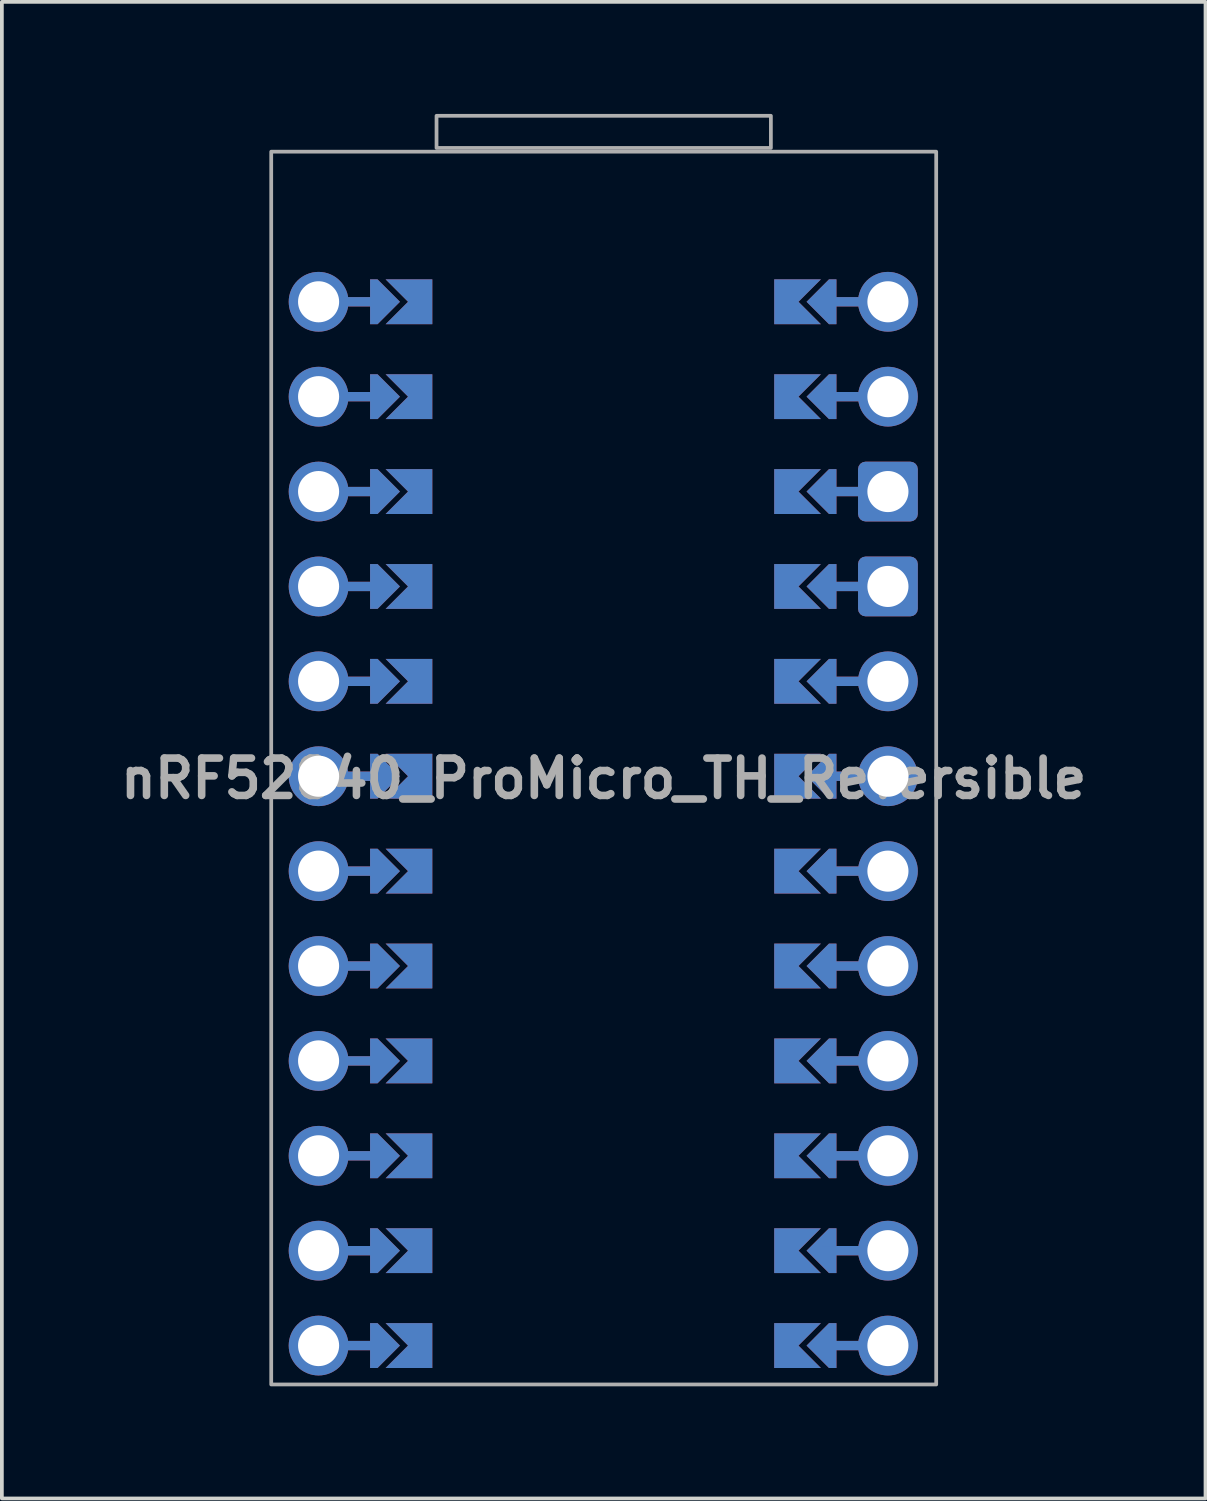
<source format=kicad_pcb>
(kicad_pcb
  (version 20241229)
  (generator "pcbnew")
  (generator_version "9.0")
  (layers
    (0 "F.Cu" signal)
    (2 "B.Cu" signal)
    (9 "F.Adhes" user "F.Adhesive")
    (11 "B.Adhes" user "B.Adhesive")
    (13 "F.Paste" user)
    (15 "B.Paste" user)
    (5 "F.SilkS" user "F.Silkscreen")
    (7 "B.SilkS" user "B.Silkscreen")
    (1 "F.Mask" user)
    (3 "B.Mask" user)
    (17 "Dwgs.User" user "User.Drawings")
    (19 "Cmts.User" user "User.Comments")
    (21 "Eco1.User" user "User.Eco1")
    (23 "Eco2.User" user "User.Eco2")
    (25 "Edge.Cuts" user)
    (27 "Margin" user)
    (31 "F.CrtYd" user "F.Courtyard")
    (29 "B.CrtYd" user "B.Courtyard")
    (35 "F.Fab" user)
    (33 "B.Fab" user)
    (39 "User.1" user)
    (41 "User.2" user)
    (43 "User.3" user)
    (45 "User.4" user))
  (footprint "nRF52840_ProMicro_TH_Reversible"
    (layer "F.Cu")
    (at 13.11 17.51)
    (property "Reference" "nRF52840_ProMicro_TH_Reversible" (at 0 0.28 0) (layer "F.Fab") (effects (font (size 1 1) (thickness 0.203))))
    (attr through_hole)
    (fp_poly (pts (xy -5.092 -11.974) (xy -5.092 -12.99) (xy -6.108 -12.99) (xy -6.108 -11.974)) (stroke (width 0.1) (type solid)) (fill yes) (layer "F.Mask"))
    (fp_poly (pts (xy -5.092 -9.434) (xy -5.092 -10.45) (xy -6.108 -10.45) (xy -6.108 -9.434)) (stroke (width 0.1) (type solid)) (fill yes) (layer "F.Mask"))
    (fp_poly (pts (xy -5.092 -6.894) (xy -5.092 -7.91) (xy -6.108 -7.91) (xy -6.108 -6.894)) (stroke (width 0.1) (type solid)) (fill yes) (layer "F.Mask"))
    (fp_poly (pts (xy -5.092 -4.354) (xy -5.092 -5.37) (xy -6.108 -5.37) (xy -6.108 -4.354)) (stroke (width 0.1) (type solid)) (fill yes) (layer "F.Mask"))
    (fp_poly (pts (xy -5.092 -1.814) (xy -5.092 -2.83) (xy -6.108 -2.83) (xy -6.108 -1.814)) (stroke (width 0.1) (type solid)) (fill yes) (layer "F.Mask"))
    (fp_poly (pts (xy -5.092 0.726) (xy -5.092 -0.29) (xy -6.108 -0.29) (xy -6.108 0.726)) (stroke (width 0.1) (type solid)) (fill yes) (layer "F.Mask"))
    (fp_poly (pts (xy -5.092 3.266) (xy -5.092 2.25) (xy -6.108 2.25) (xy -6.108 3.266)) (stroke (width 0.1) (type solid)) (fill yes) (layer "F.Mask"))
    (fp_poly (pts (xy -5.092 5.806) (xy -5.092 4.79) (xy -6.108 4.79) (xy -6.108 5.806)) (stroke (width 0.1) (type solid)) (fill yes) (layer "F.Mask"))
    (fp_poly (pts (xy -5.092 8.346) (xy -5.092 7.33) (xy -6.108 7.33) (xy -6.108 8.346)) (stroke (width 0.1) (type solid)) (fill yes) (layer "F.Mask"))
    (fp_poly (pts (xy -5.092 10.886) (xy -5.092 9.87) (xy -6.108 9.87) (xy -6.108 10.886)) (stroke (width 0.1) (type solid)) (fill yes) (layer "F.Mask"))
    (fp_poly (pts (xy -5.092 13.426) (xy -5.092 12.41) (xy -6.108 12.41) (xy -6.108 13.426)) (stroke (width 0.1) (type solid)) (fill yes) (layer "F.Mask"))
    (fp_poly (pts (xy -5.092 15.966) (xy -5.092 14.95) (xy -6.108 14.95) (xy -6.108 15.966)) (stroke (width 0.1) (type solid)) (fill yes) (layer "F.Mask"))
    (fp_poly (pts (xy 5.068 -12.99) (xy 5.068 -11.974) (xy 6.084 -11.974) (xy 6.084 -12.99)) (stroke (width 0.1) (type solid)) (fill yes) (layer "F.Mask"))
    (fp_poly (pts (xy 5.068 -10.45) (xy 5.068 -9.434) (xy 6.084 -9.434) (xy 6.084 -10.45)) (stroke (width 0.1) (type solid)) (fill yes) (layer "F.Mask"))
    (fp_poly (pts (xy 5.068 -7.91) (xy 5.068 -6.894) (xy 6.084 -6.894) (xy 6.084 -7.91)) (stroke (width 0.1) (type solid)) (fill yes) (layer "F.Mask"))
    (fp_poly (pts (xy 5.068 -5.37) (xy 5.068 -4.354) (xy 6.084 -4.354) (xy 6.084 -5.37)) (stroke (width 0.1) (type solid)) (fill yes) (layer "F.Mask"))
    (fp_poly (pts (xy 5.068 -2.83) (xy 5.068 -1.814) (xy 6.084 -1.814) (xy 6.084 -2.83)) (stroke (width 0.1) (type solid)) (fill yes) (layer "F.Mask"))
    (fp_poly (pts (xy 5.068 -0.29) (xy 5.068 0.726) (xy 6.084 0.726) (xy 6.084 -0.29)) (stroke (width 0.1) (type solid)) (fill yes) (layer "F.Mask"))
    (fp_poly (pts (xy 5.068 2.25) (xy 5.068 3.266) (xy 6.084 3.266) (xy 6.084 2.25)) (stroke (width 0.1) (type solid)) (fill yes) (layer "F.Mask"))
    (fp_poly (pts (xy 5.068 4.79) (xy 5.068 5.806) (xy 6.084 5.806) (xy 6.084 4.79)) (stroke (width 0.1) (type solid)) (fill yes) (layer "F.Mask"))
    (fp_poly (pts (xy 5.068 7.33) (xy 5.068 8.346) (xy 6.084 8.346) (xy 6.084 7.33)) (stroke (width 0.1) (type solid)) (fill yes) (layer "F.Mask"))
    (fp_poly (pts (xy 5.068 9.87) (xy 5.068 10.886) (xy 6.084 10.886) (xy 6.084 9.87)) (stroke (width 0.1) (type solid)) (fill yes) (layer "F.Mask"))
    (fp_poly (pts (xy 5.068 12.41) (xy 5.068 13.426) (xy 6.084 13.426) (xy 6.084 12.41)) (stroke (width 0.1) (type solid)) (fill yes) (layer "F.Mask"))
    (fp_poly (pts (xy 5.068 14.95) (xy 5.068 15.966) (xy 6.084 15.966) (xy 6.084 14.95)) (stroke (width 0.1) (type solid)) (fill yes) (layer "F.Mask"))
    (fp_poly (pts (xy -5.092 -11.974) (xy -5.092 -12.99) (xy -6.108 -12.99) (xy -6.108 -11.974)) (stroke (width 0.1) (type solid)) (fill yes) (layer "B.Mask"))
    (fp_poly (pts (xy -5.092 -9.434) (xy -5.092 -10.45) (xy -6.108 -10.45) (xy -6.108 -9.434)) (stroke (width 0.1) (type solid)) (fill yes) (layer "B.Mask"))
    (fp_poly (pts (xy -5.092 -6.894) (xy -5.092 -7.91) (xy -6.108 -7.91) (xy -6.108 -6.894)) (stroke (width 0.1) (type solid)) (fill yes) (layer "B.Mask"))
    (fp_poly (pts (xy -5.092 -4.354) (xy -5.092 -5.37) (xy -6.108 -5.37) (xy -6.108 -4.354)) (stroke (width 0.1) (type solid)) (fill yes) (layer "B.Mask"))
    (fp_poly (pts (xy -5.092 -1.814) (xy -5.092 -2.83) (xy -6.108 -2.83) (xy -6.108 -1.814)) (stroke (width 0.1) (type solid)) (fill yes) (layer "B.Mask"))
    (fp_poly (pts (xy -5.092 0.726) (xy -5.092 -0.29) (xy -6.108 -0.29) (xy -6.108 0.726)) (stroke (width 0.1) (type solid)) (fill yes) (layer "B.Mask"))
    (fp_poly (pts (xy -5.092 3.266) (xy -5.092 2.25) (xy -6.108 2.25) (xy -6.108 3.266)) (stroke (width 0.1) (type solid)) (fill yes) (layer "B.Mask"))
    (fp_poly (pts (xy -5.092 5.806) (xy -5.092 4.79) (xy -6.108 4.79) (xy -6.108 5.806)) (stroke (width 0.1) (type solid)) (fill yes) (layer "B.Mask"))
    (fp_poly (pts (xy -5.092 8.346) (xy -5.092 7.33) (xy -6.108 7.33) (xy -6.108 8.346)) (stroke (width 0.1) (type solid)) (fill yes) (layer "B.Mask"))
    (fp_poly (pts (xy -5.092 10.886) (xy -5.092 9.87) (xy -6.108 9.87) (xy -6.108 10.886)) (stroke (width 0.1) (type solid)) (fill yes) (layer "B.Mask"))
    (fp_poly (pts (xy -5.092 13.426) (xy -5.092 12.41) (xy -6.108 12.41) (xy -6.108 13.426)) (stroke (width 0.1) (type solid)) (fill yes) (layer "B.Mask"))
    (fp_poly (pts (xy -5.092 15.966) (xy -5.092 14.95) (xy -6.108 14.95) (xy -6.108 15.966)) (stroke (width 0.1) (type solid)) (fill yes) (layer "B.Mask"))
    (fp_poly (pts (xy 5.068 -12.99) (xy 5.068 -11.974) (xy 6.084 -11.974) (xy 6.084 -12.99)) (stroke (width 0.1) (type solid)) (fill yes) (layer "B.Mask"))
    (fp_poly (pts (xy 5.068 -10.45) (xy 5.068 -9.434) (xy 6.084 -9.434) (xy 6.084 -10.45)) (stroke (width 0.1) (type solid)) (fill yes) (layer "B.Mask"))
    (fp_poly (pts (xy 5.068 -7.91) (xy 5.068 -6.894) (xy 6.084 -6.894) (xy 6.084 -7.91)) (stroke (width 0.1) (type solid)) (fill yes) (layer "B.Mask"))
    (fp_poly (pts (xy 5.068 -5.37) (xy 5.068 -4.354) (xy 6.084 -4.354) (xy 6.084 -5.37)) (stroke (width 0.1) (type solid)) (fill yes) (layer "B.Mask"))
    (fp_poly (pts (xy 5.068 -2.83) (xy 5.068 -1.814) (xy 6.084 -1.814) (xy 6.084 -2.83)) (stroke (width 0.1) (type solid)) (fill yes) (layer "B.Mask"))
    (fp_poly (pts (xy 5.068 -0.29) (xy 5.068 0.726) (xy 6.084 0.726) (xy 6.084 -0.29)) (stroke (width 0.1) (type solid)) (fill yes) (layer "B.Mask"))
    (fp_poly (pts (xy 5.068 2.25) (xy 5.068 3.266) (xy 6.084 3.266) (xy 6.084 2.25)) (stroke (width 0.1) (type solid)) (fill yes) (layer "B.Mask"))
    (fp_poly (pts (xy 5.068 4.79) (xy 5.068 5.806) (xy 6.084 5.806) (xy 6.084 4.79)) (stroke (width 0.1) (type solid)) (fill yes) (layer "B.Mask"))
    (fp_poly (pts (xy 5.068 7.33) (xy 5.068 8.346) (xy 6.084 8.346) (xy 6.084 7.33)) (stroke (width 0.1) (type solid)) (fill yes) (layer "B.Mask"))
    (fp_poly (pts (xy 5.068 9.87) (xy 5.068 10.886) (xy 6.084 10.886) (xy 6.084 9.87)) (stroke (width 0.1) (type solid)) (fill yes) (layer "B.Mask"))
    (fp_poly (pts (xy 5.068 12.41) (xy 5.068 13.426) (xy 6.084 13.426) (xy 6.084 12.41)) (stroke (width 0.1) (type solid)) (fill yes) (layer "B.Mask"))
    (fp_poly (pts (xy 5.068 14.95) (xy 5.068 15.966) (xy 6.084 15.966) (xy 6.084 14.95)) (stroke (width 0.1) (type solid)) (fill yes) (layer "B.Mask"))
    (fp_rect (start -4.475 -16.6) (end 4.475 -17.46) (stroke (width 0.1) (type solid)) (fill no) (layer "F.Fab"))
    (fp_rect (start 8.9 -16.5) (end -8.9 16.5) (stroke (width 0.1) (type solid)) (fill no) (layer "F.Fab"))
    (pad "" thru_hole circle (at -7.632 -12.482 90) (size 1.6 1.6) (drill 1.1) (layers "*.Cu" "*.Mask"))
    (pad "" thru_hole circle (at -7.632 -9.942 90) (size 1.6 1.6) (drill 1.1) (layers "*.Cu" "*.Mask"))
    (pad "" thru_hole circle (at -7.632 -7.402 90) (size 1.6 1.6) (drill 1.1) (layers "*.Cu" "*.Mask"))
    (pad "" thru_hole circle (at -7.632 -4.862 90) (size 1.6 1.6) (drill 1.1) (layers "*.Cu" "*.Mask"))
    (pad "" thru_hole circle (at -7.632 -2.322 90) (size 1.6 1.6) (drill 1.1) (layers "*.Cu" "*.Mask"))
    (pad "" thru_hole circle (at -7.632 0.218 90) (size 1.6 1.6) (drill 1.1) (layers "*.Cu" "*.Mask"))
    (pad "" thru_hole circle (at -7.632 2.758 90) (size 1.6 1.6) (drill 1.1) (layers "*.Cu" "*.Mask"))
    (pad "" thru_hole circle (at -7.632 5.298 90) (size 1.6 1.6) (drill 1.1) (layers "*.Cu" "*.Mask"))
    (pad "" thru_hole circle (at -7.632 7.838 90) (size 1.6 1.6) (drill 1.1) (layers "*.Cu" "*.Mask"))
    (pad "" thru_hole circle (at -7.632 10.378 90) (size 1.6 1.6) (drill 1.1) (layers "*.Cu" "*.Mask"))
    (pad "" thru_hole circle (at -7.632 12.918 90) (size 1.6 1.6) (drill 1.1) (layers "*.Cu" "*.Mask"))
    (pad "" thru_hole circle (at -7.632 15.458 90) (size 1.6 1.6) (drill 1.1) (layers "*.Cu" "*.Mask"))
    (pad "" smd custom (at -6.362 -12.482 90) (size 0.25 1) (layers "F.Cu") (options (anchor rect)) (primitives))
    (pad "" smd custom (at -6.362 -12.482 90) (size 0.25 1) (layers "B.Cu") (options (anchor rect)) (primitives))
    (pad "" smd custom (at -6.362 -9.942 90) (size 0.25 1) (layers "F.Cu") (options (anchor rect)) (primitives))
    (pad "" smd custom (at -6.362 -9.942 90) (size 0.25 1) (layers "B.Cu") (options (anchor rect)) (primitives))
    (pad "" smd custom (at -6.362 -7.402 90) (size 0.25 1) (layers "F.Cu") (options (anchor rect)) (primitives))
    (pad "" smd custom (at -6.362 -7.402 90) (size 0.25 1) (layers "B.Cu") (options (anchor rect)) (primitives))
    (pad "" smd custom (at -6.362 -4.862 90) (size 0.25 1) (layers "F.Cu") (options (anchor rect)) (primitives))
    (pad "" smd custom (at -6.362 -4.862 90) (size 0.25 1) (layers "B.Cu") (options (anchor rect)) (primitives))
    (pad "" smd custom (at -6.362 -2.322 90) (size 0.25 1) (layers "F.Cu") (options (anchor rect)) (primitives))
    (pad "" smd custom (at -6.362 -2.322 90) (size 0.25 1) (layers "B.Cu") (options (anchor rect)) (primitives))
    (pad "" smd custom (at -6.362 0.218 90) (size 0.25 1) (layers "F.Cu") (options (anchor rect)) (primitives))
    (pad "" smd custom (at -6.362 0.218 90) (size 0.25 1) (layers "B.Cu") (options (anchor rect)) (primitives))
    (pad "" smd custom (at -6.362 2.758 90) (size 0.25 1) (layers "F.Cu") (options (anchor rect)) (primitives))
    (pad "" smd custom (at -6.362 2.758 90) (size 0.25 1) (layers "B.Cu") (options (anchor rect)) (primitives))
    (pad "" smd custom (at -6.362 5.298 90) (size 0.25 1) (layers "F.Cu") (options (anchor rect)) (primitives))
    (pad "" smd custom (at -6.362 5.298 90) (size 0.25 1) (layers "B.Cu") (options (anchor rect)) (primitives))
    (pad "" smd custom (at -6.362 7.838 90) (size 0.25 1) (layers "F.Cu") (options (anchor rect)) (primitives))
    (pad "" smd custom (at -6.362 7.838 90) (size 0.25 1) (layers "B.Cu") (options (anchor rect)) (primitives))
    (pad "" smd custom (at -6.362 10.378 90) (size 0.25 1) (layers "F.Cu") (options (anchor rect)) (primitives))
    (pad "" smd custom (at -6.362 10.378 90) (size 0.25 1) (layers "B.Cu") (options (anchor rect)) (primitives))
    (pad "" smd custom (at -6.362 12.918 90) (size 0.25 1) (layers "F.Cu") (options (anchor rect)) (primitives))
    (pad "" smd custom (at -6.362 12.918 90) (size 0.25 1) (layers "B.Cu") (options (anchor rect)) (primitives))
    (pad "" smd custom (at -6.362 15.458 90) (size 0.25 1) (layers "F.Cu") (options (anchor rect)) (primitives))
    (pad "" smd custom (at -6.362 15.458 90) (size 0.25 1) (layers "B.Cu") (options (anchor rect)) (primitives))
    (pad "" smd custom (at -5.854 -12.482 90) (size 0.1 0.1) (layers "F.Cu" "F.Mask") (options (anchor rect)) (primitives (gr_poly (pts (xy 0.6 -0.2) (xy 0 0.4) (xy -0.6 -0.2) (xy -0.6 -0.4) (xy 0.6 -0.4)) (width 0) (fill yes))))
    (pad "" smd custom (at -5.854 -12.482 90) (size 0.1 0.1) (layers "B.Cu" "B.Mask") (options (anchor rect)) (primitives (gr_poly (pts (xy 0.6 -0.2) (xy 0 0.4) (xy -0.6 -0.2) (xy -0.6 -0.4) (xy 0.6 -0.4)) (width 0) (fill yes))))
    (pad "" smd custom (at -5.854 -9.942 90) (size 0.1 0.1) (layers "F.Cu" "F.Mask") (options (anchor rect)) (primitives (gr_poly (pts (xy 0.6 -0.2) (xy 0 0.4) (xy -0.6 -0.2) (xy -0.6 -0.4) (xy 0.6 -0.4)) (width 0) (fill yes))))
    (pad "" smd custom (at -5.854 -9.942 90) (size 0.1 0.1) (layers "B.Cu" "B.Mask") (options (anchor rect)) (primitives (gr_poly (pts (xy 0.6 -0.2) (xy 0 0.4) (xy -0.6 -0.2) (xy -0.6 -0.4) (xy 0.6 -0.4)) (width 0) (fill yes))))
    (pad "" smd custom (at -5.854 -7.402 90) (size 0.1 0.1) (layers "F.Cu" "F.Mask") (options (anchor rect)) (primitives (gr_poly (pts (xy 0.6 -0.2) (xy 0 0.4) (xy -0.6 -0.2) (xy -0.6 -0.4) (xy 0.6 -0.4)) (width 0) (fill yes))))
    (pad "" smd custom (at -5.854 -7.402 90) (size 0.1 0.1) (layers "B.Cu" "B.Mask") (options (anchor rect)) (primitives (gr_poly (pts (xy 0.6 -0.2) (xy 0 0.4) (xy -0.6 -0.2) (xy -0.6 -0.4) (xy 0.6 -0.4)) (width 0) (fill yes))))
    (pad "" smd custom (at -5.854 -4.862 90) (size 0.1 0.1) (layers "F.Cu" "F.Mask") (options (anchor rect)) (primitives (gr_poly (pts (xy 0.6 -0.2) (xy 0 0.4) (xy -0.6 -0.2) (xy -0.6 -0.4) (xy 0.6 -0.4)) (width 0) (fill yes))))
    (pad "" smd custom (at -5.854 -4.862 90) (size 0.1 0.1) (layers "B.Cu" "B.Mask") (options (anchor rect)) (primitives (gr_poly (pts (xy 0.6 -0.2) (xy 0 0.4) (xy -0.6 -0.2) (xy -0.6 -0.4) (xy 0.6 -0.4)) (width 0) (fill yes))))
    (pad "" smd custom (at -5.854 -2.322 90) (size 0.1 0.1) (layers "F.Cu" "F.Mask") (options (anchor rect)) (primitives (gr_poly (pts (xy 0.6 -0.2) (xy 0 0.4) (xy -0.6 -0.2) (xy -0.6 -0.4) (xy 0.6 -0.4)) (width 0) (fill yes))))
    (pad "" smd custom (at -5.854 -2.322 90) (size 0.1 0.1) (layers "B.Cu" "B.Mask") (options (anchor rect)) (primitives (gr_poly (pts (xy 0.6 -0.2) (xy 0 0.4) (xy -0.6 -0.2) (xy -0.6 -0.4) (xy 0.6 -0.4)) (width 0) (fill yes))))
    (pad "" smd custom (at -5.854 0.218 90) (size 0.1 0.1) (layers "F.Cu" "F.Mask") (options (anchor rect)) (primitives (gr_poly (pts (xy 0.6 -0.2) (xy 0 0.4) (xy -0.6 -0.2) (xy -0.6 -0.4) (xy 0.6 -0.4)) (width 0) (fill yes))))
    (pad "" smd custom (at -5.854 0.218 90) (size 0.1 0.1) (layers "B.Cu" "B.Mask") (options (anchor rect)) (primitives (gr_poly (pts (xy 0.6 -0.2) (xy 0 0.4) (xy -0.6 -0.2) (xy -0.6 -0.4) (xy 0.6 -0.4)) (width 0) (fill yes))))
    (pad "" smd custom (at -5.854 2.758 90) (size 0.1 0.1) (layers "F.Cu" "F.Mask") (options (anchor rect)) (primitives (gr_poly (pts (xy 0.6 -0.2) (xy 0 0.4) (xy -0.6 -0.2) (xy -0.6 -0.4) (xy 0.6 -0.4)) (width 0) (fill yes))))
    (pad "" smd custom (at -5.854 2.758 90) (size 0.1 0.1) (layers "B.Cu" "B.Mask") (options (anchor rect)) (primitives (gr_poly (pts (xy 0.6 -0.2) (xy 0 0.4) (xy -0.6 -0.2) (xy -0.6 -0.4) (xy 0.6 -0.4)) (width 0) (fill yes))))
    (pad "" smd custom (at -5.854 5.298 90) (size 0.1 0.1) (layers "F.Cu" "F.Mask") (options (anchor rect)) (primitives (gr_poly (pts (xy 0.6 -0.2) (xy 0 0.4) (xy -0.6 -0.2) (xy -0.6 -0.4) (xy 0.6 -0.4)) (width 0) (fill yes))))
    (pad "" smd custom (at -5.854 5.298 90) (size 0.1 0.1) (layers "B.Cu" "B.Mask") (options (anchor rect)) (primitives (gr_poly (pts (xy 0.6 -0.2) (xy 0 0.4) (xy -0.6 -0.2) (xy -0.6 -0.4) (xy 0.6 -0.4)) (width 0) (fill yes))))
    (pad "" smd custom (at -5.854 7.838 90) (size 0.1 0.1) (layers "F.Cu" "F.Mask") (options (anchor rect)) (primitives (gr_poly (pts (xy 0.6 -0.2) (xy 0 0.4) (xy -0.6 -0.2) (xy -0.6 -0.4) (xy 0.6 -0.4)) (width 0) (fill yes))))
    (pad "" smd custom (at -5.854 7.838 90) (size 0.1 0.1) (layers "B.Cu" "B.Mask") (options (anchor rect)) (primitives (gr_poly (pts (xy 0.6 -0.2) (xy 0 0.4) (xy -0.6 -0.2) (xy -0.6 -0.4) (xy 0.6 -0.4)) (width 0) (fill yes))))
    (pad "" smd custom (at -5.854 10.378 90) (size 0.1 0.1) (layers "F.Cu" "F.Mask") (options (anchor rect)) (primitives (gr_poly (pts (xy 0.6 -0.2) (xy 0 0.4) (xy -0.6 -0.2) (xy -0.6 -0.4) (xy 0.6 -0.4)) (width 0) (fill yes))))
    (pad "" smd custom (at -5.854 10.378 90) (size 0.1 0.1) (layers "B.Cu" "B.Mask") (options (anchor rect)) (primitives (gr_poly (pts (xy 0.6 -0.2) (xy 0 0.4) (xy -0.6 -0.2) (xy -0.6 -0.4) (xy 0.6 -0.4)) (width 0) (fill yes))))
    (pad "" smd custom (at -5.854 12.918 90) (size 0.1 0.1) (layers "F.Cu" "F.Mask") (options (anchor rect)) (primitives (gr_poly (pts (xy 0.6 -0.2) (xy 0 0.4) (xy -0.6 -0.2) (xy -0.6 -0.4) (xy 0.6 -0.4)) (width 0) (fill yes))))
    (pad "" smd custom (at -5.854 12.918 90) (size 0.1 0.1) (layers "B.Cu" "B.Mask") (options (anchor rect)) (primitives (gr_poly (pts (xy 0.6 -0.2) (xy 0 0.4) (xy -0.6 -0.2) (xy -0.6 -0.4) (xy 0.6 -0.4)) (width 0) (fill yes))))
    (pad "" smd custom (at -5.854 15.458 90) (size 0.1 0.1) (layers "F.Cu" "F.Mask") (options (anchor rect)) (primitives (gr_poly (pts (xy 0.6 -0.2) (xy 0 0.4) (xy -0.6 -0.2) (xy -0.6 -0.4) (xy 0.6 -0.4)) (width 0) (fill yes))))
    (pad "" smd custom (at -5.854 15.458 90) (size 0.1 0.1) (layers "B.Cu" "B.Mask") (options (anchor rect)) (primitives (gr_poly (pts (xy 0.6 -0.2) (xy 0 0.4) (xy -0.6 -0.2) (xy -0.6 -0.4) (xy 0.6 -0.4)) (width 0) (fill yes))))
    (pad "" smd custom (at 5.83 -12.482 270) (size 0.1 0.1) (layers "F.Cu" "F.Mask") (options (anchor rect)) (primitives (gr_poly (pts (xy 0.6 -0.2) (xy 0 0.4) (xy -0.6 -0.2) (xy -0.6 -0.4) (xy 0.6 -0.4)) (width 0) (fill yes))))
    (pad "" smd custom (at 5.83 -12.482 270) (size 0.1 0.1) (layers "B.Cu" "B.Mask") (options (anchor rect)) (primitives (gr_poly (pts (xy 0.6 -0.2) (xy 0 0.4) (xy -0.6 -0.2) (xy -0.6 -0.4) (xy 0.6 -0.4)) (width 0) (fill yes))))
    (pad "" smd custom (at 5.83 -9.942 270) (size 0.1 0.1) (layers "F.Cu" "F.Mask") (options (anchor rect)) (primitives (gr_poly (pts (xy 0.6 -0.2) (xy 0 0.4) (xy -0.6 -0.2) (xy -0.6 -0.4) (xy 0.6 -0.4)) (width 0) (fill yes))))
    (pad "" smd custom (at 5.83 -9.942 270) (size 0.1 0.1) (layers "B.Cu" "B.Mask") (options (anchor rect)) (primitives (gr_poly (pts (xy 0.6 -0.2) (xy 0 0.4) (xy -0.6 -0.2) (xy -0.6 -0.4) (xy 0.6 -0.4)) (width 0) (fill yes))))
    (pad "" smd custom (at 5.83 -7.402 270) (size 0.1 0.1) (layers "F.Cu" "F.Mask") (options (anchor rect)) (primitives (gr_poly (pts (xy 0.6 -0.2) (xy 0 0.4) (xy -0.6 -0.2) (xy -0.6 -0.4) (xy 0.6 -0.4)) (width 0) (fill yes))))
    (pad "" smd custom (at 5.83 -7.402 270) (size 0.1 0.1) (layers "B.Cu" "B.Mask") (options (anchor rect)) (primitives (gr_poly (pts (xy 0.6 -0.2) (xy 0 0.4) (xy -0.6 -0.2) (xy -0.6 -0.4) (xy 0.6 -0.4)) (width 0) (fill yes))))
    (pad "" smd custom (at 5.83 -4.862 270) (size 0.1 0.1) (layers "F.Cu" "F.Mask") (options (anchor rect)) (primitives (gr_poly (pts (xy 0.6 -0.2) (xy 0 0.4) (xy -0.6 -0.2) (xy -0.6 -0.4) (xy 0.6 -0.4)) (width 0) (fill yes))))
    (pad "" smd custom (at 5.83 -4.862 270) (size 0.1 0.1) (layers "B.Cu" "B.Mask") (options (anchor rect)) (primitives (gr_poly (pts (xy 0.6 -0.2) (xy 0 0.4) (xy -0.6 -0.2) (xy -0.6 -0.4) (xy 0.6 -0.4)) (width 0) (fill yes))))
    (pad "" smd custom (at 5.83 -2.322 270) (size 0.1 0.1) (layers "F.Cu" "F.Mask") (options (anchor rect)) (primitives (gr_poly (pts (xy 0.6 -0.2) (xy 0 0.4) (xy -0.6 -0.2) (xy -0.6 -0.4) (xy 0.6 -0.4)) (width 0) (fill yes))))
    (pad "" smd custom (at 5.83 -2.322 270) (size 0.1 0.1) (layers "B.Cu" "B.Mask") (options (anchor rect)) (primitives (gr_poly (pts (xy 0.6 -0.2) (xy 0 0.4) (xy -0.6 -0.2) (xy -0.6 -0.4) (xy 0.6 -0.4)) (width 0) (fill yes))))
    (pad "" smd custom (at 5.83 0.218 270) (size 0.1 0.1) (layers "F.Cu" "F.Mask") (options (anchor rect)) (primitives (gr_poly (pts (xy 0.6 -0.2) (xy 0 0.4) (xy -0.6 -0.2) (xy -0.6 -0.4) (xy 0.6 -0.4)) (width 0) (fill yes))))
    (pad "" smd custom (at 5.83 0.218 270) (size 0.1 0.1) (layers "B.Cu" "B.Mask") (options (anchor rect)) (primitives (gr_poly (pts (xy 0.6 -0.2) (xy 0 0.4) (xy -0.6 -0.2) (xy -0.6 -0.4) (xy 0.6 -0.4)) (width 0) (fill yes))))
    (pad "" smd custom (at 5.83 2.758 270) (size 0.1 0.1) (layers "F.Cu" "F.Mask") (options (anchor rect)) (primitives (gr_poly (pts (xy 0.6 -0.2) (xy 0 0.4) (xy -0.6 -0.2) (xy -0.6 -0.4) (xy 0.6 -0.4)) (width 0) (fill yes))))
    (pad "" smd custom (at 5.83 2.758 270) (size 0.1 0.1) (layers "B.Cu" "B.Mask") (options (anchor rect)) (primitives (gr_poly (pts (xy 0.6 -0.2) (xy 0 0.4) (xy -0.6 -0.2) (xy -0.6 -0.4) (xy 0.6 -0.4)) (width 0) (fill yes))))
    (pad "" smd custom (at 5.83 5.298 270) (size 0.1 0.1) (layers "F.Cu" "F.Mask") (options (anchor rect)) (primitives (gr_poly (pts (xy 0.6 -0.2) (xy 0 0.4) (xy -0.6 -0.2) (xy -0.6 -0.4) (xy 0.6 -0.4)) (width 0) (fill yes))))
    (pad "" smd custom (at 5.83 5.298 270) (size 0.1 0.1) (layers "B.Cu" "B.Mask") (options (anchor rect)) (primitives (gr_poly (pts (xy 0.6 -0.2) (xy 0 0.4) (xy -0.6 -0.2) (xy -0.6 -0.4) (xy 0.6 -0.4)) (width 0) (fill yes))))
    (pad "" smd custom (at 5.83 7.838 270) (size 0.1 0.1) (layers "F.Cu" "F.Mask") (options (anchor rect)) (primitives (gr_poly (pts (xy 0.6 -0.2) (xy 0 0.4) (xy -0.6 -0.2) (xy -0.6 -0.4) (xy 0.6 -0.4)) (width 0) (fill yes))))
    (pad "" smd custom (at 5.83 7.838 270) (size 0.1 0.1) (layers "B.Cu" "B.Mask") (options (anchor rect)) (primitives (gr_poly (pts (xy 0.6 -0.2) (xy 0 0.4) (xy -0.6 -0.2) (xy -0.6 -0.4) (xy 0.6 -0.4)) (width 0) (fill yes))))
    (pad "" smd custom (at 5.83 10.378 270) (size 0.1 0.1) (layers "F.Cu" "F.Mask") (options (anchor rect)) (primitives (gr_poly (pts (xy 0.6 -0.2) (xy 0 0.4) (xy -0.6 -0.2) (xy -0.6 -0.4) (xy 0.6 -0.4)) (width 0) (fill yes))))
    (pad "" smd custom (at 5.83 10.378 270) (size 0.1 0.1) (layers "B.Cu" "B.Mask") (options (anchor rect)) (primitives (gr_poly (pts (xy 0.6 -0.2) (xy 0 0.4) (xy -0.6 -0.2) (xy -0.6 -0.4) (xy 0.6 -0.4)) (width 0) (fill yes))))
    (pad "" smd custom (at 5.83 12.918 270) (size 0.1 0.1) (layers "F.Cu" "F.Mask") (options (anchor rect)) (primitives (gr_poly (pts (xy 0.6 -0.2) (xy 0 0.4) (xy -0.6 -0.2) (xy -0.6 -0.4) (xy 0.6 -0.4)) (width 0) (fill yes))))
    (pad "" smd custom (at 5.83 12.918 270) (size 0.1 0.1) (layers "B.Cu" "B.Mask") (options (anchor rect)) (primitives (gr_poly (pts (xy 0.6 -0.2) (xy 0 0.4) (xy -0.6 -0.2) (xy -0.6 -0.4) (xy 0.6 -0.4)) (width 0) (fill yes))))
    (pad "" smd custom (at 5.83 15.458 270) (size 0.1 0.1) (layers "F.Cu" "F.Mask") (options (anchor rect)) (primitives (gr_poly (pts (xy 0.6 -0.2) (xy 0 0.4) (xy -0.6 -0.2) (xy -0.6 -0.4) (xy 0.6 -0.4)) (width 0) (fill yes))))
    (pad "" smd custom (at 5.83 15.458 270) (size 0.1 0.1) (layers "B.Cu" "B.Mask") (options (anchor rect)) (primitives (gr_poly (pts (xy 0.6 -0.2) (xy 0 0.4) (xy -0.6 -0.2) (xy -0.6 -0.4) (xy 0.6 -0.4)) (width 0) (fill yes))))
    (pad "" smd custom (at 6.338 -12.482 270) (size 0.25 1) (layers "F.Cu") (options (anchor rect)) (primitives))
    (pad "" smd custom (at 6.338 -12.482 270) (size 0.25 1) (layers "B.Cu") (options (anchor rect)) (primitives))
    (pad "" smd custom (at 6.338 -9.942 270) (size 0.25 1) (layers "F.Cu") (options (anchor rect)) (primitives))
    (pad "" smd custom (at 6.338 -9.942 270) (size 0.25 1) (layers "B.Cu") (options (anchor rect)) (primitives))
    (pad "" smd custom (at 6.338 -7.402 270) (size 0.25 1) (layers "F.Cu") (options (anchor rect)) (primitives))
    (pad "" smd custom (at 6.338 -7.402 270) (size 0.25 1) (layers "B.Cu") (options (anchor rect)) (primitives))
    (pad "" smd custom (at 6.338 -4.862 270) (size 0.25 1) (layers "F.Cu") (options (anchor rect)) (primitives))
    (pad "" smd custom (at 6.338 -4.862 270) (size 0.25 1) (layers "B.Cu") (options (anchor rect)) (primitives))
    (pad "" smd custom (at 6.338 -2.322 270) (size 0.25 1) (layers "F.Cu") (options (anchor rect)) (primitives))
    (pad "" smd custom (at 6.338 -2.322 270) (size 0.25 1) (layers "B.Cu") (options (anchor rect)) (primitives))
    (pad "" smd custom (at 6.338 0.218 270) (size 0.25 1) (layers "F.Cu") (options (anchor rect)) (primitives))
    (pad "" smd custom (at 6.338 0.218 270) (size 0.25 1) (layers "B.Cu") (options (anchor rect)) (primitives))
    (pad "" smd custom (at 6.338 2.758 270) (size 0.25 1) (layers "F.Cu") (options (anchor rect)) (primitives))
    (pad "" smd custom (at 6.338 2.758 270) (size 0.25 1) (layers "B.Cu") (options (anchor rect)) (primitives))
    (pad "" smd custom (at 6.338 5.298 270) (size 0.25 1) (layers "F.Cu") (options (anchor rect)) (primitives))
    (pad "" smd custom (at 6.338 5.298 270) (size 0.25 1) (layers "B.Cu") (options (anchor rect)) (primitives))
    (pad "" smd custom (at 6.338 7.838 270) (size 0.25 1) (layers "F.Cu") (options (anchor rect)) (primitives))
    (pad "" smd custom (at 6.338 7.838 270) (size 0.25 1) (layers "B.Cu") (options (anchor rect)) (primitives))
    (pad "" smd custom (at 6.338 10.378 270) (size 0.25 1) (layers "F.Cu") (options (anchor rect)) (primitives))
    (pad "" smd custom (at 6.338 10.378 270) (size 0.25 1) (layers "B.Cu") (options (anchor rect)) (primitives))
    (pad "" smd custom (at 6.338 12.918 270) (size 0.25 1) (layers "F.Cu") (options (anchor rect)) (primitives))
    (pad "" smd custom (at 6.338 12.918 270) (size 0.25 1) (layers "B.Cu") (options (anchor rect)) (primitives))
    (pad "" smd custom (at 6.338 15.458 270) (size 0.25 1) (layers "F.Cu") (options (anchor rect)) (primitives))
    (pad "" smd custom (at 6.338 15.458 270) (size 0.25 1) (layers "B.Cu") (options (anchor rect)) (primitives))
    (pad "" thru_hole circle (at 7.608 -12.482 90) (size 1.6 1.6) (drill 1.1) (layers "*.Cu" "*.Mask"))
    (pad "" thru_hole circle (at 7.608 -9.942 90) (size 1.6 1.6) (drill 1.1) (layers "*.Cu" "*.Mask"))
    (pad "" thru_hole roundrect (at 7.608 -7.402 90) (size 1.6 1.6) (drill 1.1) (layers "*.Cu" "*.Mask") (roundrect_rratio 0.125))
    (pad "" thru_hole roundrect (at 7.608 -4.862 90) (size 1.6 1.6) (drill 1.1) (layers "*.Cu" "*.Mask") (roundrect_rratio 0.125))
    (pad "" thru_hole circle (at 7.608 -2.322 90) (size 1.6 1.6) (drill 1.1) (layers "*.Cu" "*.Mask"))
    (pad "" thru_hole circle (at 7.608 0.218 90) (size 1.6 1.6) (drill 1.1) (layers "*.Cu" "*.Mask"))
    (pad "" thru_hole circle (at 7.608 2.758 90) (size 1.6 1.6) (drill 1.1) (layers "*.Cu" "*.Mask"))
    (pad "" thru_hole circle (at 7.608 5.298 90) (size 1.6 1.6) (drill 1.1) (layers "*.Cu" "*.Mask"))
    (pad "" thru_hole circle (at 7.608 7.838 90) (size 1.6 1.6) (drill 1.1) (layers "*.Cu" "*.Mask"))
    (pad "" thru_hole circle (at 7.608 10.378 90) (size 1.6 1.6) (drill 1.1) (layers "*.Cu" "*.Mask"))
    (pad "" thru_hole circle (at 7.608 12.918 90) (size 1.6 1.6) (drill 1.1) (layers "*.Cu" "*.Mask"))
    (pad "" thru_hole circle (at 7.608 15.458 90) (size 1.6 1.6) (drill 1.1) (layers "*.Cu" "*.Mask"))
    (pad "1" smd custom (at -4.838 -12.482 90) (size 1.2 0.5) (layers "F.Cu" "F.Mask") (options (anchor rect)) (primitives (gr_poly (pts (xy 0.6 0) (xy -0.6 0) (xy -0.6 -1) (xy 0 -0.4) (xy 0.6 -1)) (width 0) (fill yes))))
    (pad "1" smd custom (at 4.814 -12.482 270) (size 1.2 0.5) (layers "B.Cu" "B.Mask") (options (anchor rect)) (primitives (gr_poly (pts (xy 0.6 0) (xy -0.6 0) (xy -0.6 -1) (xy 0 -0.4) (xy 0.6 -1)) (width 0) (fill yes))))
    (pad "2" smd custom (at -4.838 -9.942 90) (size 1.2 0.5) (layers "F.Cu" "F.Mask") (options (anchor rect)) (primitives (gr_poly (pts (xy 0.6 0) (xy -0.6 0) (xy -0.6 -1) (xy 0 -0.4) (xy 0.6 -1)) (width 0) (fill yes))))
    (pad "2" smd custom (at 4.814 -9.942 270) (size 1.2 0.5) (layers "B.Cu" "B.Mask") (options (anchor rect)) (primitives (gr_poly (pts (xy 0.6 0) (xy -0.6 0) (xy -0.6 -1) (xy 0 -0.4) (xy 0.6 -1)) (width 0) (fill yes))))
    (pad "3" smd custom (at -4.838 -7.402 90) (size 1.2 0.5) (layers "F.Cu" "F.Mask") (options (anchor rect)) (primitives (gr_poly (pts (xy 0.6 0) (xy -0.6 0) (xy -0.6 -1) (xy 0 -0.4) (xy 0.6 -1)) (width 0) (fill yes))))
    (pad "3" smd custom (at 4.814 -7.402 270) (size 1.2 0.5) (layers "B.Cu" "B.Mask") (options (anchor rect)) (primitives (gr_poly (pts (xy 0.6 0) (xy -0.6 0) (xy -0.6 -1) (xy 0 -0.4) (xy 0.6 -1)) (width 0) (fill yes))))
    (pad "4" smd custom (at -4.838 -4.862 90) (size 1.2 0.5) (layers "F.Cu" "F.Mask") (options (anchor rect)) (primitives (gr_poly (pts (xy 0.6 0) (xy -0.6 0) (xy -0.6 -1) (xy 0 -0.4) (xy 0.6 -1)) (width 0) (fill yes))))
    (pad "4" smd custom (at 4.814 -4.862 270) (size 1.2 0.5) (layers "B.Cu" "B.Mask") (options (anchor rect)) (primitives (gr_poly (pts (xy 0.6 0) (xy -0.6 0) (xy -0.6 -1) (xy 0 -0.4) (xy 0.6 -1)) (width 0) (fill yes))))
    (pad "5" smd custom (at -4.838 -2.322 90) (size 1.2 0.5) (layers "F.Cu" "F.Mask") (options (anchor rect)) (primitives (gr_poly (pts (xy 0.6 0) (xy -0.6 0) (xy -0.6 -1) (xy 0 -0.4) (xy 0.6 -1)) (width 0) (fill yes))))
    (pad "5" smd custom (at 4.814 -2.322 270) (size 1.2 0.5) (layers "B.Cu" "B.Mask") (options (anchor rect)) (primitives (gr_poly (pts (xy 0.6 0) (xy -0.6 0) (xy -0.6 -1) (xy 0 -0.4) (xy 0.6 -1)) (width 0) (fill yes))))
    (pad "6" smd custom (at -4.838 0.218 90) (size 1.2 0.5) (layers "F.Cu" "F.Mask") (options (anchor rect)) (primitives (gr_poly (pts (xy 0.6 0) (xy -0.6 0) (xy -0.6 -1) (xy 0 -0.4) (xy 0.6 -1)) (width 0) (fill yes))))
    (pad "6" smd custom (at 4.814 0.218 270) (size 1.2 0.5) (layers "B.Cu" "B.Mask") (options (anchor rect)) (primitives (gr_poly (pts (xy 0.6 0) (xy -0.6 0) (xy -0.6 -1) (xy 0 -0.4) (xy 0.6 -1)) (width 0) (fill yes))))
    (pad "7" smd custom (at -4.838 2.758 90) (size 1.2 0.5) (layers "F.Cu" "F.Mask") (options (anchor rect)) (primitives (gr_poly (pts (xy 0.6 0) (xy -0.6 0) (xy -0.6 -1) (xy 0 -0.4) (xy 0.6 -1)) (width 0) (fill yes))))
    (pad "7" smd custom (at 4.814 2.758 270) (size 1.2 0.5) (layers "B.Cu" "B.Mask") (options (anchor rect)) (primitives (gr_poly (pts (xy 0.6 0) (xy -0.6 0) (xy -0.6 -1) (xy 0 -0.4) (xy 0.6 -1)) (width 0) (fill yes))))
    (pad "8" smd custom (at -4.838 5.298 90) (size 1.2 0.5) (layers "F.Cu" "F.Mask") (options (anchor rect)) (primitives (gr_poly (pts (xy 0.6 0) (xy -0.6 0) (xy -0.6 -1) (xy 0 -0.4) (xy 0.6 -1)) (width 0) (fill yes))))
    (pad "8" smd custom (at 4.814 5.298 270) (size 1.2 0.5) (layers "B.Cu" "B.Mask") (options (anchor rect)) (primitives (gr_poly (pts (xy 0.6 0) (xy -0.6 0) (xy -0.6 -1) (xy 0 -0.4) (xy 0.6 -1)) (width 0) (fill yes))))
    (pad "9" smd custom (at -4.838 7.838 90) (size 1.2 0.5) (layers "F.Cu" "F.Mask") (options (anchor rect)) (primitives (gr_poly (pts (xy 0.6 0) (xy -0.6 0) (xy -0.6 -1) (xy 0 -0.4) (xy 0.6 -1)) (width 0) (fill yes))))
    (pad "9" smd custom (at 4.814 7.838 270) (size 1.2 0.5) (layers "B.Cu" "B.Mask") (options (anchor rect)) (primitives (gr_poly (pts (xy 0.6 0) (xy -0.6 0) (xy -0.6 -1) (xy 0 -0.4) (xy 0.6 -1)) (width 0) (fill yes))))
    (pad "10" smd custom (at -4.838 10.378 90) (size 1.2 0.5) (layers "F.Cu" "F.Mask") (options (anchor rect)) (primitives (gr_poly (pts (xy 0.6 0) (xy -0.6 0) (xy -0.6 -1) (xy 0 -0.4) (xy 0.6 -1)) (width 0) (fill yes))))
    (pad "10" smd custom (at 4.814 10.378 270) (size 1.2 0.5) (layers "B.Cu" "B.Mask") (options (anchor rect)) (primitives (gr_poly (pts (xy 0.6 0) (xy -0.6 0) (xy -0.6 -1) (xy 0 -0.4) (xy 0.6 -1)) (width 0) (fill yes))))
    (pad "11" smd custom (at -4.838 12.918 90) (size 1.2 0.5) (layers "F.Cu" "F.Mask") (options (anchor rect)) (primitives (gr_poly (pts (xy 0.6 0) (xy -0.6 0) (xy -0.6 -1) (xy 0 -0.4) (xy 0.6 -1)) (width 0) (fill yes))))
    (pad "11" smd custom (at 4.814 12.918 270) (size 1.2 0.5) (layers "B.Cu" "B.Mask") (options (anchor rect)) (primitives (gr_poly (pts (xy 0.6 0) (xy -0.6 0) (xy -0.6 -1) (xy 0 -0.4) (xy 0.6 -1)) (width 0) (fill yes))))
    (pad "12" smd custom (at -4.838 15.458 90) (size 1.2 0.5) (layers "F.Cu" "F.Mask") (options (anchor rect)) (primitives (gr_poly (pts (xy 0.6 0) (xy -0.6 0) (xy -0.6 -1) (xy 0 -0.4) (xy 0.6 -1)) (width 0) (fill yes))))
    (pad "12" smd custom (at 4.814 15.458 270) (size 1.2 0.5) (layers "B.Cu" "B.Mask") (options (anchor rect)) (primitives (gr_poly (pts (xy 0.6 0) (xy -0.6 0) (xy -0.6 -1) (xy 0 -0.4) (xy 0.6 -1)) (width 0) (fill yes))))
    (pad "13" smd custom (at -4.838 15.458 90) (size 1.2 0.5) (layers "B.Cu" "B.Mask") (options (anchor rect)) (primitives (gr_poly (pts (xy 0.6 0) (xy -0.6 0) (xy -0.6 -1) (xy 0 -0.4) (xy 0.6 -1)) (width 0) (fill yes))))
    (pad "13" smd custom (at 4.814 15.458 270) (size 1.2 0.5) (layers "F.Cu" "F.Mask") (options (anchor rect)) (primitives (gr_poly (pts (xy 0.6 0) (xy -0.6 0) (xy -0.6 -1) (xy 0 -0.4) (xy 0.6 -1)) (width 0) (fill yes))))
    (pad "14" smd custom (at -4.838 12.918 90) (size 1.2 0.5) (layers "B.Cu" "B.Mask") (options (anchor rect)) (primitives (gr_poly (pts (xy 0.6 0) (xy -0.6 0) (xy -0.6 -1) (xy 0 -0.4) (xy 0.6 -1)) (width 0) (fill yes))))
    (pad "14" smd custom (at 4.814 12.918 270) (size 1.2 0.5) (layers "F.Cu" "F.Mask") (options (anchor rect)) (primitives (gr_poly (pts (xy 0.6 0) (xy -0.6 0) (xy -0.6 -1) (xy 0 -0.4) (xy 0.6 -1)) (width 0) (fill yes))))
    (pad "15" smd custom (at -4.838 10.378 90) (size 1.2 0.5) (layers "B.Cu" "B.Mask") (options (anchor rect)) (primitives (gr_poly (pts (xy 0.6 0) (xy -0.6 0) (xy -0.6 -1) (xy 0 -0.4) (xy 0.6 -1)) (width 0) (fill yes))))
    (pad "15" smd custom (at 4.814 10.378 270) (size 1.2 0.5) (layers "F.Cu" "F.Mask") (options (anchor rect)) (primitives (gr_poly (pts (xy 0.6 0) (xy -0.6 0) (xy -0.6 -1) (xy 0 -0.4) (xy 0.6 -1)) (width 0) (fill yes))))
    (pad "16" smd custom (at -4.838 7.838 90) (size 1.2 0.5) (layers "B.Cu" "B.Mask") (options (anchor rect)) (primitives (gr_poly (pts (xy 0.6 0) (xy -0.6 0) (xy -0.6 -1) (xy 0 -0.4) (xy 0.6 -1)) (width 0) (fill yes))))
    (pad "16" smd custom (at 4.814 7.838 270) (size 1.2 0.5) (layers "F.Cu" "F.Mask") (options (anchor rect)) (primitives (gr_poly (pts (xy 0.6 0) (xy -0.6 0) (xy -0.6 -1) (xy 0 -0.4) (xy 0.6 -1)) (width 0) (fill yes))))
    (pad "17" smd custom (at -4.838 5.298 90) (size 1.2 0.5) (layers "B.Cu" "B.Mask") (options (anchor rect)) (primitives (gr_poly (pts (xy 0.6 0) (xy -0.6 0) (xy -0.6 -1) (xy 0 -0.4) (xy 0.6 -1)) (width 0) (fill yes))))
    (pad "17" smd custom (at 4.814 5.298 270) (size 1.2 0.5) (layers "F.Cu" "F.Mask") (options (anchor rect)) (primitives (gr_poly (pts (xy 0.6 0) (xy -0.6 0) (xy -0.6 -1) (xy 0 -0.4) (xy 0.6 -1)) (width 0) (fill yes))))
    (pad "18" smd custom (at -4.838 2.758 90) (size 1.2 0.5) (layers "B.Cu" "B.Mask") (options (anchor rect)) (primitives (gr_poly (pts (xy 0.6 0) (xy -0.6 0) (xy -0.6 -1) (xy 0 -0.4) (xy 0.6 -1)) (width 0) (fill yes))))
    (pad "18" smd custom (at 4.814 2.758 270) (size 1.2 0.5) (layers "F.Cu" "F.Mask") (options (anchor rect)) (primitives (gr_poly (pts (xy 0.6 0) (xy -0.6 0) (xy -0.6 -1) (xy 0 -0.4) (xy 0.6 -1)) (width 0) (fill yes))))
    (pad "19" smd custom (at -4.838 0.218 90) (size 1.2 0.5) (layers "B.Cu" "B.Mask") (options (anchor rect)) (primitives (gr_poly (pts (xy 0.6 0) (xy -0.6 0) (xy -0.6 -1) (xy 0 -0.4) (xy 0.6 -1)) (width 0) (fill yes))))
    (pad "19" smd custom (at 4.814 0.218 270) (size 1.2 0.5) (layers "F.Cu" "F.Mask") (options (anchor rect)) (primitives (gr_poly (pts (xy 0.6 0) (xy -0.6 0) (xy -0.6 -1) (xy 0 -0.4) (xy 0.6 -1)) (width 0) (fill yes))))
    (pad "20" smd custom (at -4.838 -2.322 90) (size 1.2 0.5) (layers "B.Cu" "B.Mask") (options (anchor rect)) (primitives (gr_poly (pts (xy 0.6 0) (xy -0.6 0) (xy -0.6 -1) (xy 0 -0.4) (xy 0.6 -1)) (width 0) (fill yes))))
    (pad "20" smd custom (at 4.814 -2.322 270) (size 1.2 0.5) (layers "F.Cu" "F.Mask") (options (anchor rect)) (primitives (gr_poly (pts (xy 0.6 0) (xy -0.6 0) (xy -0.6 -1) (xy 0 -0.4) (xy 0.6 -1)) (width 0) (fill yes))))
    (pad "21" smd custom (at -4.838 -4.862 90) (size 1.2 0.5) (layers "B.Cu" "B.Mask") (options (anchor rect)) (primitives (gr_poly (pts (xy 0.6 0) (xy -0.6 0) (xy -0.6 -1) (xy 0 -0.4) (xy 0.6 -1)) (width 0) (fill yes))))
    (pad "21" smd custom (at 4.814 -4.862 270) (size 1.2 0.5) (layers "F.Cu" "F.Mask") (options (anchor rect)) (primitives (gr_poly (pts (xy 0.6 0) (xy -0.6 0) (xy -0.6 -1) (xy 0 -0.4) (xy 0.6 -1)) (width 0) (fill yes))))
    (pad "22" smd custom (at -4.838 -7.402 90) (size 1.2 0.5) (layers "B.Cu" "B.Mask") (options (anchor rect)) (primitives (gr_poly (pts (xy 0.6 0) (xy -0.6 0) (xy -0.6 -1) (xy 0 -0.4) (xy 0.6 -1)) (width 0) (fill yes))))
    (pad "22" smd custom (at 4.814 -7.402 270) (size 1.2 0.5) (layers "F.Cu" "F.Mask") (options (anchor rect)) (primitives (gr_poly (pts (xy 0.6 0) (xy -0.6 0) (xy -0.6 -1) (xy 0 -0.4) (xy 0.6 -1)) (width 0) (fill yes))))
    (pad "23" smd custom (at -4.838 -9.942 90) (size 1.2 0.5) (layers "B.Cu" "B.Mask") (options (anchor rect)) (primitives (gr_poly (pts (xy 0.6 0) (xy -0.6 0) (xy -0.6 -1) (xy 0 -0.4) (xy 0.6 -1)) (width 0) (fill yes))))
    (pad "23" smd custom (at 4.814 -9.942 270) (size 1.2 0.5) (layers "F.Cu" "F.Mask") (options (anchor rect)) (primitives (gr_poly (pts (xy 0.6 0) (xy -0.6 0) (xy -0.6 -1) (xy 0 -0.4) (xy 0.6 -1)) (width 0) (fill yes))))
    (pad "24" smd custom (at -4.838 -12.482 90) (size 1.2 0.5) (layers "B.Cu" "B.Mask") (options (anchor rect)) (primitives (gr_poly (pts (xy 0.6 0) (xy -0.6 0) (xy -0.6 -1) (xy 0 -0.4) (xy 0.6 -1)) (width 0) (fill yes))))
    (pad "24" smd custom (at 4.814 -12.482 270) (size 1.2 0.5) (layers "F.Cu" "F.Mask") (options (anchor rect)) (primitives (gr_poly (pts (xy 0.6 0) (xy -0.6 0) (xy -0.6 -1) (xy 0 -0.4) (xy 0.6 -1)) (width 0) (fill yes)))))
  (gr_rect
    (start -3 -3)
    (end 29.219 37.06)
    (stroke (width 0.1) (type default))
    (fill no)
    (layer "Edge.Cuts")))
</source>
